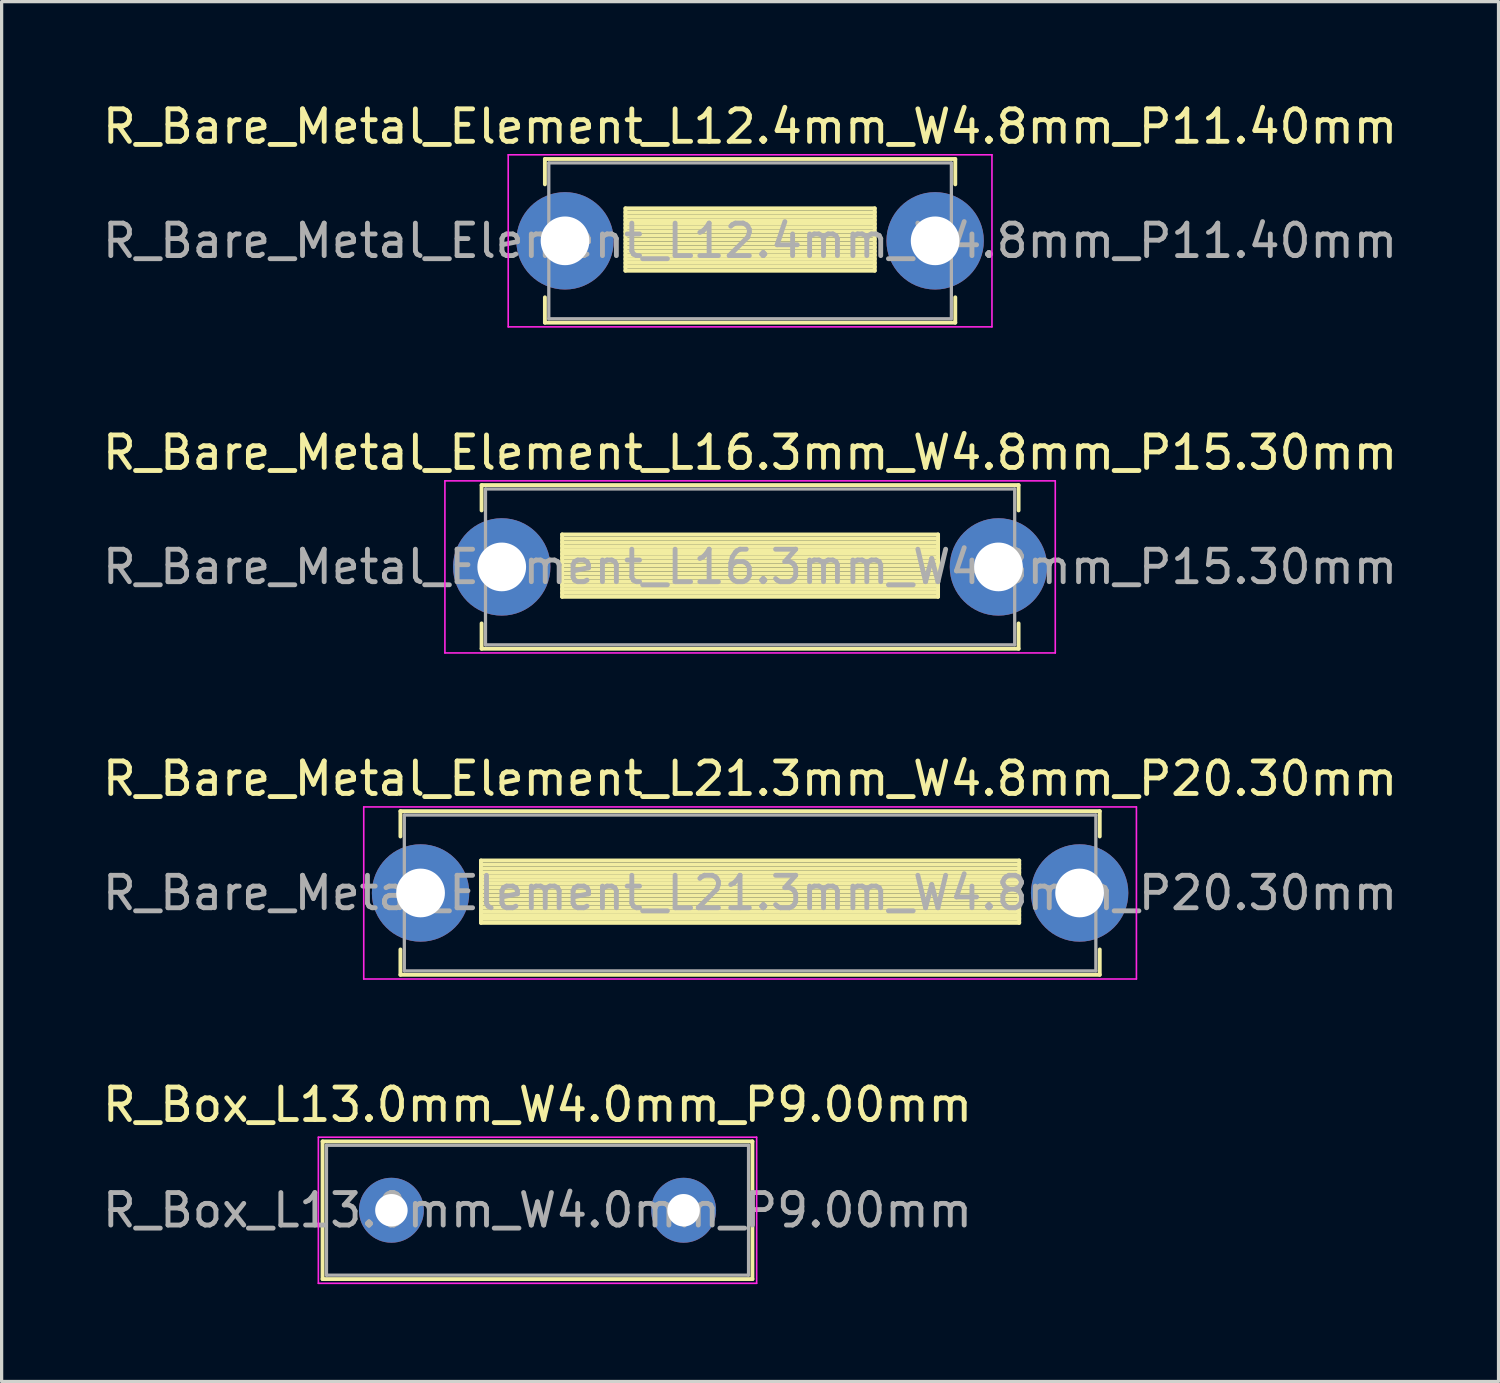
<source format=kicad_pcb>
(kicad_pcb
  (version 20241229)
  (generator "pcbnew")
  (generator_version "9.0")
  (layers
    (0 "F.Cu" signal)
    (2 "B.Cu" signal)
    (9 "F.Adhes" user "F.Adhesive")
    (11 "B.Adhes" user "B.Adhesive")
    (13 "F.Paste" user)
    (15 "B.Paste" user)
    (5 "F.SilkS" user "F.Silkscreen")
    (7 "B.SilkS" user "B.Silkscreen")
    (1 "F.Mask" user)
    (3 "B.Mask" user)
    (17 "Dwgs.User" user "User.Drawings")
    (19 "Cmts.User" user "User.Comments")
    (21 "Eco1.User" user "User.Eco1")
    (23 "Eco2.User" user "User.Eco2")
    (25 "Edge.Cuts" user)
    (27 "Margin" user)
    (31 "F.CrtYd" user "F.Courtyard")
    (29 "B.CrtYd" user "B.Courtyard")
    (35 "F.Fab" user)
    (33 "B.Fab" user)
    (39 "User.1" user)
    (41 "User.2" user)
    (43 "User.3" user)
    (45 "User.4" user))
  (footprint "R_Bare_Metal_Element_L21.3mm_W4.8mm_P20.30mm"
    (layer "F.Cu")
    (at 9.904 24.455)
    (property "Reference" "R_Bare_Metal_Element_L21.3mm_W4.8mm_P20.30mm" (at 10.15 -3.52 0) (layer "F.SilkS") (effects (font (size 1 1) (thickness 0.15))))
    (attr through_hole)
    (fp_line (start -0.62 -2.52) (end 20.92 -2.52) (stroke (width 0.12) (type solid)) (layer "F.SilkS"))
    (fp_line (start -0.62 -1.74) (end -0.62 -2.52) (stroke (width 0.12) (type solid)) (layer "F.SilkS"))
    (fp_line (start -0.62 1.74) (end -0.62 2.52) (stroke (width 0.12) (type solid)) (layer "F.SilkS"))
    (fp_line (start -0.62 2.52) (end 20.92 2.52) (stroke (width 0.12) (type solid)) (layer "F.SilkS"))
    (fp_line (start 1.86 -1) (end 1.86 0.92) (stroke (width 0.12) (type solid)) (layer "F.SilkS"))
    (fp_line (start 1.86 -1) (end 18.44 -1) (stroke (width 0.12) (type solid)) (layer "F.SilkS"))
    (fp_line (start 1.86 -0.88) (end 18.44 -0.88) (stroke (width 0.12) (type solid)) (layer "F.SilkS"))
    (fp_line (start 1.86 -0.76) (end 18.44 -0.76) (stroke (width 0.12) (type solid)) (layer "F.SilkS"))
    (fp_line (start 1.86 -0.64) (end 18.44 -0.64) (stroke (width 0.12) (type solid)) (layer "F.SilkS"))
    (fp_line (start 1.86 -0.52) (end 18.44 -0.52) (stroke (width 0.12) (type solid)) (layer "F.SilkS"))
    (fp_line (start 1.86 -0.4) (end 18.44 -0.4) (stroke (width 0.12) (type solid)) (layer "F.SilkS"))
    (fp_line (start 1.86 -0.28) (end 18.44 -0.28) (stroke (width 0.12) (type solid)) (layer "F.SilkS"))
    (fp_line (start 1.86 -0.16) (end 18.44 -0.16) (stroke (width 0.12) (type solid)) (layer "F.SilkS"))
    (fp_line (start 1.86 -0.04) (end 18.44 -0.04) (stroke (width 0.12) (type solid)) (layer "F.SilkS"))
    (fp_line (start 1.86 0.08) (end 18.44 0.08) (stroke (width 0.12) (type solid)) (layer "F.SilkS"))
    (fp_line (start 1.86 0.2) (end 18.44 0.2) (stroke (width 0.12) (type solid)) (layer "F.SilkS"))
    (fp_line (start 1.86 0.32) (end 18.44 0.32) (stroke (width 0.12) (type solid)) (layer "F.SilkS"))
    (fp_line (start 1.86 0.44) (end 18.44 0.44) (stroke (width 0.12) (type solid)) (layer "F.SilkS"))
    (fp_line (start 1.86 0.56) (end 18.44 0.56) (stroke (width 0.12) (type solid)) (layer "F.SilkS"))
    (fp_line (start 1.86 0.68) (end 18.44 0.68) (stroke (width 0.12) (type solid)) (layer "F.SilkS"))
    (fp_line (start 1.86 0.8) (end 18.44 0.8) (stroke (width 0.12) (type solid)) (layer "F.SilkS"))
    (fp_line (start 1.86 0.92) (end 18.44 0.92) (stroke (width 0.12) (type solid)) (layer "F.SilkS"))
    (fp_line (start 18.44 -1) (end 18.44 0.92) (stroke (width 0.12) (type solid)) (layer "F.SilkS"))
    (fp_line (start 20.92 -2.52) (end 20.92 -1.74) (stroke (width 0.12) (type solid)) (layer "F.SilkS"))
    (fp_line (start 20.92 2.52) (end 20.92 1.74) (stroke (width 0.12) (type solid)) (layer "F.SilkS"))
    (fp_line (start -1.75 -2.65) (end -1.75 2.65) (stroke (width 0.05) (type solid)) (layer "F.CrtYd"))
    (fp_line (start -1.75 2.65) (end 22.05 2.65) (stroke (width 0.05) (type solid)) (layer "F.CrtYd"))
    (fp_line (start 22.05 -2.65) (end -1.75 -2.65) (stroke (width 0.05) (type solid)) (layer "F.CrtYd"))
    (fp_line (start 22.05 2.65) (end 22.05 -2.65) (stroke (width 0.05) (type solid)) (layer "F.CrtYd"))
    (fp_line (start -0.5 -2.4) (end -0.5 2.4) (stroke (width 0.1) (type solid)) (layer "F.Fab"))
    (fp_line (start -0.5 2.4) (end 20.8 2.4) (stroke (width 0.1) (type solid)) (layer "F.Fab"))
    (fp_line (start 20.8 -2.4) (end -0.5 -2.4) (stroke (width 0.1) (type solid)) (layer "F.Fab"))
    (fp_line (start 20.8 2.4) (end 20.8 -2.4) (stroke (width 0.1) (type solid)) (layer "F.Fab"))
    (fp_text user "${REFERENCE}" (at 10.15 0 0) (layer "F.Fab") (effects (font (size 1 1) (thickness 0.15))))
    (pad "1" thru_hole circle (at 0 0) (size 3 3) (drill 1.5) (layers "*.Cu" "*.Mask"))
    (pad "2" thru_hole oval (at 20.3 0) (size 3 3) (drill 1.5) (layers "*.Cu" "*.Mask")))
  (footprint "R_Bare_Metal_Element_L12.4mm_W4.8mm_P11.40mm"
    (layer "F.Cu")
    (at 14.354 4.368)
    (property "Reference" "R_Bare_Metal_Element_L12.4mm_W4.8mm_P11.40mm" (at 5.7 -3.52 0) (layer "F.SilkS") (effects (font (size 1 1) (thickness 0.15))))
    (attr through_hole)
    (fp_line (start -0.62 -2.52) (end 12.02 -2.52) (stroke (width 0.12) (type solid)) (layer "F.SilkS"))
    (fp_line (start -0.62 -1.74) (end -0.62 -2.52) (stroke (width 0.12) (type solid)) (layer "F.SilkS"))
    (fp_line (start -0.62 1.74) (end -0.62 2.52) (stroke (width 0.12) (type solid)) (layer "F.SilkS"))
    (fp_line (start -0.62 2.52) (end 12.02 2.52) (stroke (width 0.12) (type solid)) (layer "F.SilkS"))
    (fp_line (start 1.86 -1) (end 1.86 0.92) (stroke (width 0.12) (type solid)) (layer "F.SilkS"))
    (fp_line (start 1.86 -1) (end 9.54 -1) (stroke (width 0.12) (type solid)) (layer "F.SilkS"))
    (fp_line (start 1.86 -0.88) (end 9.54 -0.88) (stroke (width 0.12) (type solid)) (layer "F.SilkS"))
    (fp_line (start 1.86 -0.76) (end 9.54 -0.76) (stroke (width 0.12) (type solid)) (layer "F.SilkS"))
    (fp_line (start 1.86 -0.64) (end 9.54 -0.64) (stroke (width 0.12) (type solid)) (layer "F.SilkS"))
    (fp_line (start 1.86 -0.52) (end 9.54 -0.52) (stroke (width 0.12) (type solid)) (layer "F.SilkS"))
    (fp_line (start 1.86 -0.4) (end 9.54 -0.4) (stroke (width 0.12) (type solid)) (layer "F.SilkS"))
    (fp_line (start 1.86 -0.28) (end 9.54 -0.28) (stroke (width 0.12) (type solid)) (layer "F.SilkS"))
    (fp_line (start 1.86 -0.16) (end 9.54 -0.16) (stroke (width 0.12) (type solid)) (layer "F.SilkS"))
    (fp_line (start 1.86 -0.04) (end 9.54 -0.04) (stroke (width 0.12) (type solid)) (layer "F.SilkS"))
    (fp_line (start 1.86 0.08) (end 9.54 0.08) (stroke (width 0.12) (type solid)) (layer "F.SilkS"))
    (fp_line (start 1.86 0.2) (end 9.54 0.2) (stroke (width 0.12) (type solid)) (layer "F.SilkS"))
    (fp_line (start 1.86 0.32) (end 9.54 0.32) (stroke (width 0.12) (type solid)) (layer "F.SilkS"))
    (fp_line (start 1.86 0.44) (end 9.54 0.44) (stroke (width 0.12) (type solid)) (layer "F.SilkS"))
    (fp_line (start 1.86 0.56) (end 9.54 0.56) (stroke (width 0.12) (type solid)) (layer "F.SilkS"))
    (fp_line (start 1.86 0.68) (end 9.54 0.68) (stroke (width 0.12) (type solid)) (layer "F.SilkS"))
    (fp_line (start 1.86 0.8) (end 9.54 0.8) (stroke (width 0.12) (type solid)) (layer "F.SilkS"))
    (fp_line (start 1.86 0.92) (end 9.54 0.92) (stroke (width 0.12) (type solid)) (layer "F.SilkS"))
    (fp_line (start 9.54 -1) (end 9.54 0.92) (stroke (width 0.12) (type solid)) (layer "F.SilkS"))
    (fp_line (start 12.02 -2.52) (end 12.02 -1.74) (stroke (width 0.12) (type solid)) (layer "F.SilkS"))
    (fp_line (start 12.02 2.52) (end 12.02 1.74) (stroke (width 0.12) (type solid)) (layer "F.SilkS"))
    (fp_line (start -1.75 -2.65) (end -1.75 2.65) (stroke (width 0.05) (type solid)) (layer "F.CrtYd"))
    (fp_line (start -1.75 2.65) (end 13.15 2.65) (stroke (width 0.05) (type solid)) (layer "F.CrtYd"))
    (fp_line (start 13.15 -2.65) (end -1.75 -2.65) (stroke (width 0.05) (type solid)) (layer "F.CrtYd"))
    (fp_line (start 13.15 2.65) (end 13.15 -2.65) (stroke (width 0.05) (type solid)) (layer "F.CrtYd"))
    (fp_line (start -0.5 -2.4) (end -0.5 2.4) (stroke (width 0.1) (type solid)) (layer "F.Fab"))
    (fp_line (start -0.5 2.4) (end 11.9 2.4) (stroke (width 0.1) (type solid)) (layer "F.Fab"))
    (fp_line (start 11.9 -2.4) (end -0.5 -2.4) (stroke (width 0.1) (type solid)) (layer "F.Fab"))
    (fp_line (start 11.9 2.4) (end 11.9 -2.4) (stroke (width 0.1) (type solid)) (layer "F.Fab"))
    (fp_text user "${REFERENCE}" (at 5.7 0 0) (layer "F.Fab") (effects (font (size 1 1) (thickness 0.15))))
    (pad "1" thru_hole circle (at 0 0) (size 3 3) (drill 1.5) (layers "*.Cu" "*.Mask"))
    (pad "2" thru_hole oval (at 11.4 0) (size 3 3) (drill 1.5) (layers "*.Cu" "*.Mask")))
  (footprint "R_Box_L13.0mm_W4.0mm_P9.00mm"
    (layer "F.Cu")
    (at 9.006 34.228)
    (property "Reference" "R_Box_L13.0mm_W4.0mm_P9.00mm" (at 4.5 -3.25 0) (layer "F.SilkS") (effects (font (size 1 1) (thickness 0.15))))
    (attr through_hole)
    (fp_line (start -2.12 -2.12) (end -2.12 2.12) (stroke (width 0.12) (type solid)) (layer "F.SilkS"))
    (fp_line (start -2.12 -2.12) (end 11.12 -2.12) (stroke (width 0.12) (type solid)) (layer "F.SilkS"))
    (fp_line (start -2.12 2.12) (end 11.12 2.12) (stroke (width 0.12) (type solid)) (layer "F.SilkS"))
    (fp_line (start 11.12 -2.12) (end 11.12 2.12) (stroke (width 0.12) (type solid)) (layer "F.SilkS"))
    (fp_line (start -2.25 -2.25) (end -2.25 2.25) (stroke (width 0.05) (type solid)) (layer "F.CrtYd"))
    (fp_line (start -2.25 2.25) (end 11.25 2.25) (stroke (width 0.05) (type solid)) (layer "F.CrtYd"))
    (fp_line (start 11.25 -2.25) (end -2.25 -2.25) (stroke (width 0.05) (type solid)) (layer "F.CrtYd"))
    (fp_line (start 11.25 2.25) (end 11.25 -2.25) (stroke (width 0.05) (type solid)) (layer "F.CrtYd"))
    (fp_line (start -2 -2) (end -2 2) (stroke (width 0.1) (type solid)) (layer "F.Fab"))
    (fp_line (start -2 2) (end 11 2) (stroke (width 0.1) (type solid)) (layer "F.Fab"))
    (fp_line (start 11 -2) (end -2 -2) (stroke (width 0.1) (type solid)) (layer "F.Fab"))
    (fp_line (start 11 2) (end 11 -2) (stroke (width 0.1) (type solid)) (layer "F.Fab"))
    (fp_text user "${REFERENCE}" (at 4.5 0 0) (layer "F.Fab") (effects (font (size 1 1) (thickness 0.15))))
    (pad "1" thru_hole circle (at 0 0) (size 2 2) (drill 1) (layers "*.Cu" "*.Mask"))
    (pad "2" thru_hole circle (at 9 0) (size 2 2) (drill 1) (layers "*.Cu" "*.Mask")))
  (footprint "R_Bare_Metal_Element_L16.3mm_W4.8mm_P15.30mm"
    (layer "F.Cu")
    (at 12.404 14.412)
    (property "Reference" "R_Bare_Metal_Element_L16.3mm_W4.8mm_P15.30mm" (at 7.65 -3.52 0) (layer "F.SilkS") (effects (font (size 1 1) (thickness 0.15))))
    (attr through_hole)
    (fp_line (start -0.62 -2.52) (end 15.92 -2.52) (stroke (width 0.12) (type solid)) (layer "F.SilkS"))
    (fp_line (start -0.62 -1.74) (end -0.62 -2.52) (stroke (width 0.12) (type solid)) (layer "F.SilkS"))
    (fp_line (start -0.62 1.74) (end -0.62 2.52) (stroke (width 0.12) (type solid)) (layer "F.SilkS"))
    (fp_line (start -0.62 2.52) (end 15.92 2.52) (stroke (width 0.12) (type solid)) (layer "F.SilkS"))
    (fp_line (start 1.86 -1) (end 1.86 0.92) (stroke (width 0.12) (type solid)) (layer "F.SilkS"))
    (fp_line (start 1.86 -1) (end 13.44 -1) (stroke (width 0.12) (type solid)) (layer "F.SilkS"))
    (fp_line (start 1.86 -0.88) (end 13.44 -0.88) (stroke (width 0.12) (type solid)) (layer "F.SilkS"))
    (fp_line (start 1.86 -0.76) (end 13.44 -0.76) (stroke (width 0.12) (type solid)) (layer "F.SilkS"))
    (fp_line (start 1.86 -0.64) (end 13.44 -0.64) (stroke (width 0.12) (type solid)) (layer "F.SilkS"))
    (fp_line (start 1.86 -0.52) (end 13.44 -0.52) (stroke (width 0.12) (type solid)) (layer "F.SilkS"))
    (fp_line (start 1.86 -0.4) (end 13.44 -0.4) (stroke (width 0.12) (type solid)) (layer "F.SilkS"))
    (fp_line (start 1.86 -0.28) (end 13.44 -0.28) (stroke (width 0.12) (type solid)) (layer "F.SilkS"))
    (fp_line (start 1.86 -0.16) (end 13.44 -0.16) (stroke (width 0.12) (type solid)) (layer "F.SilkS"))
    (fp_line (start 1.86 -0.04) (end 13.44 -0.04) (stroke (width 0.12) (type solid)) (layer "F.SilkS"))
    (fp_line (start 1.86 0.08) (end 13.44 0.08) (stroke (width 0.12) (type solid)) (layer "F.SilkS"))
    (fp_line (start 1.86 0.2) (end 13.44 0.2) (stroke (width 0.12) (type solid)) (layer "F.SilkS"))
    (fp_line (start 1.86 0.32) (end 13.44 0.32) (stroke (width 0.12) (type solid)) (layer "F.SilkS"))
    (fp_line (start 1.86 0.44) (end 13.44 0.44) (stroke (width 0.12) (type solid)) (layer "F.SilkS"))
    (fp_line (start 1.86 0.56) (end 13.44 0.56) (stroke (width 0.12) (type solid)) (layer "F.SilkS"))
    (fp_line (start 1.86 0.68) (end 13.44 0.68) (stroke (width 0.12) (type solid)) (layer "F.SilkS"))
    (fp_line (start 1.86 0.8) (end 13.44 0.8) (stroke (width 0.12) (type solid)) (layer "F.SilkS"))
    (fp_line (start 1.86 0.92) (end 13.44 0.92) (stroke (width 0.12) (type solid)) (layer "F.SilkS"))
    (fp_line (start 13.44 -1) (end 13.44 0.92) (stroke (width 0.12) (type solid)) (layer "F.SilkS"))
    (fp_line (start 15.92 -2.52) (end 15.92 -1.74) (stroke (width 0.12) (type solid)) (layer "F.SilkS"))
    (fp_line (start 15.92 2.52) (end 15.92 1.74) (stroke (width 0.12) (type solid)) (layer "F.SilkS"))
    (fp_line (start -1.75 -2.65) (end -1.75 2.65) (stroke (width 0.05) (type solid)) (layer "F.CrtYd"))
    (fp_line (start -1.75 2.65) (end 17.05 2.65) (stroke (width 0.05) (type solid)) (layer "F.CrtYd"))
    (fp_line (start 17.05 -2.65) (end -1.75 -2.65) (stroke (width 0.05) (type solid)) (layer "F.CrtYd"))
    (fp_line (start 17.05 2.65) (end 17.05 -2.65) (stroke (width 0.05) (type solid)) (layer "F.CrtYd"))
    (fp_line (start -0.5 -2.4) (end -0.5 2.4) (stroke (width 0.1) (type solid)) (layer "F.Fab"))
    (fp_line (start -0.5 2.4) (end 15.8 2.4) (stroke (width 0.1) (type solid)) (layer "F.Fab"))
    (fp_line (start 15.8 -2.4) (end -0.5 -2.4) (stroke (width 0.1) (type solid)) (layer "F.Fab"))
    (fp_line (start 15.8 2.4) (end 15.8 -2.4) (stroke (width 0.1) (type solid)) (layer "F.Fab"))
    (fp_text user "${REFERENCE}" (at 7.65 0 0) (layer "F.Fab") (effects (font (size 1 1) (thickness 0.15))))
    (pad "1" thru_hole circle (at 0 0) (size 3 3) (drill 1.5) (layers "*.Cu" "*.Mask"))
    (pad "2" thru_hole oval (at 15.3 0) (size 3 3) (drill 1.5) (layers "*.Cu" "*.Mask")))
  (gr_rect
    (start -3 -3)
    (end 43.107 39.503)
    (stroke (width 0.1) (type default))
    (fill no)
    (layer "Edge.Cuts")))
</source>
